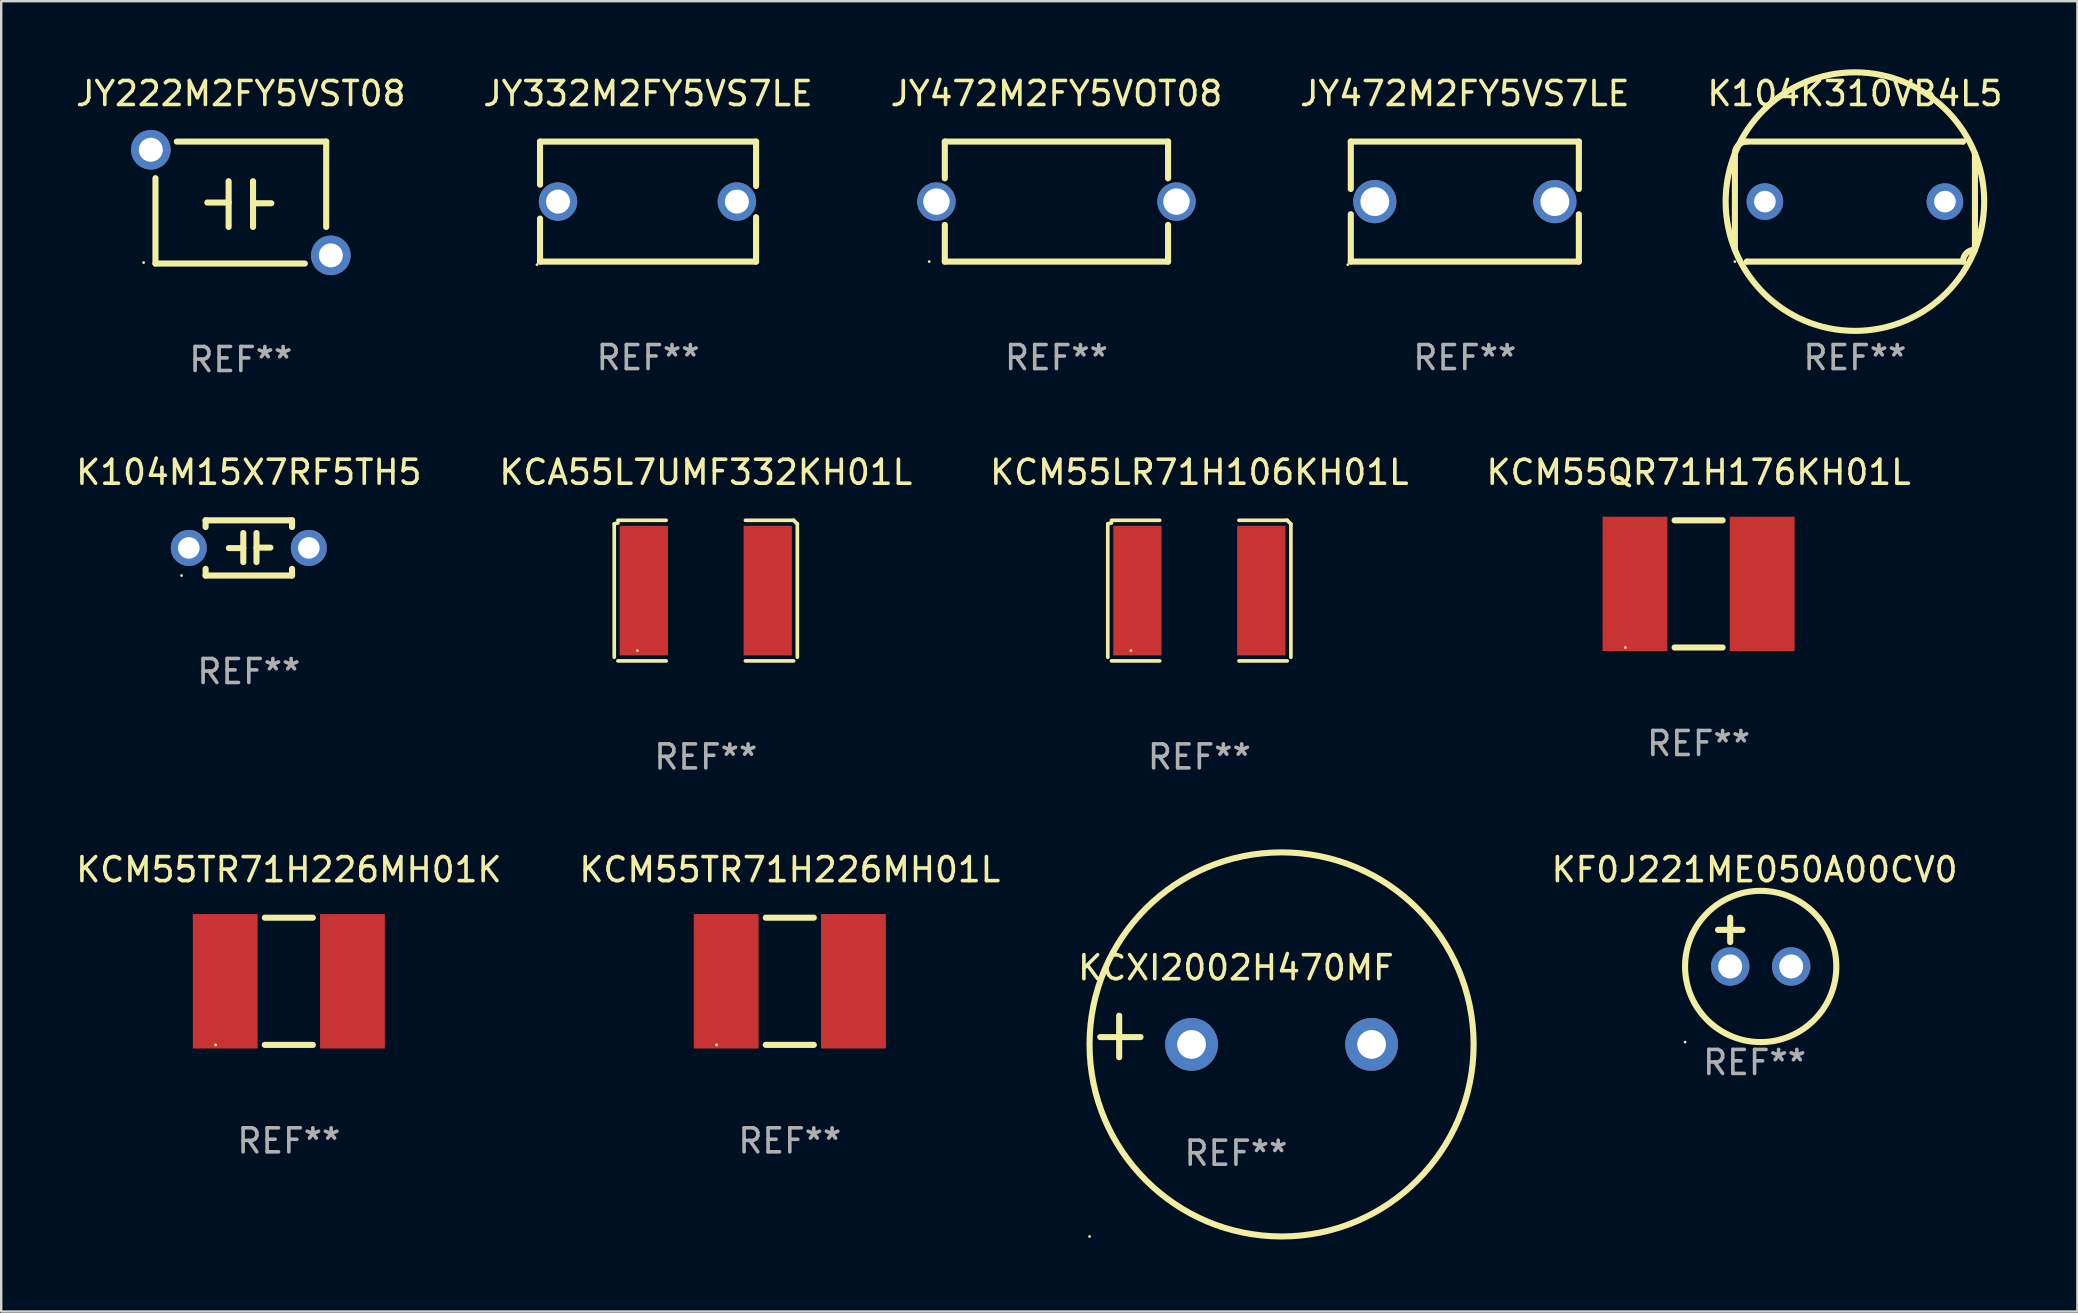
<source format=kicad_pcb>
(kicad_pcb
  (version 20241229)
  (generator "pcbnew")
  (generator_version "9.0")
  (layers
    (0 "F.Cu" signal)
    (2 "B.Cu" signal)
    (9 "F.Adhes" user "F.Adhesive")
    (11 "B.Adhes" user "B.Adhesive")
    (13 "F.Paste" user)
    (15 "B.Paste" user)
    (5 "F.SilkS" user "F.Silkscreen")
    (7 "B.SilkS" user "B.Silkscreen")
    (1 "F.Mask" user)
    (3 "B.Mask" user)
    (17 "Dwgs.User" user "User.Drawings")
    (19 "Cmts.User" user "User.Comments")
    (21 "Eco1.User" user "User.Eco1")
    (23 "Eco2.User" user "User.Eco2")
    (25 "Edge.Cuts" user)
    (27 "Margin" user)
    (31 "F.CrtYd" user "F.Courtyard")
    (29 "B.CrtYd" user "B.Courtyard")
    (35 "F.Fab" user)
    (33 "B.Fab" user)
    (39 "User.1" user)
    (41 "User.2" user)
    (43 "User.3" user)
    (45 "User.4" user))
  (footprint "KCXI2002H470MF"
    (layer "F.Cu")
    (at 48.435 40.127)
    (property "Reference" "KCXI2002H470MF" (at 0 -2.864 0) (layer "F.SilkS") (effects (font (size 1 1) (thickness 0.15))))
    (attr through_hole)
    (fp_line (start -4.864 0.864) (end -4.864 -0.864) (stroke (width 0.254) (type solid)) (layer "F.SilkS"))
    (fp_line (start -3.975 0.025) (end -5.652 0.025) (stroke (width 0.254) (type solid)) (layer "F.SilkS"))
    (fp_circle (center -6.098 8.33) (end -6.068 8.33) (stroke (width 0.06) (type solid)) (fill no) (layer "F.SilkS"))
    (fp_circle (center 1.902 0.33) (end 9.902 0.33) (stroke (width 0.254) (type solid)) (fill no) (layer "F.SilkS"))
    (fp_text user "REF**" (at 0 4.864 0) (layer "F.Fab") (effects (font (size 1 1) (thickness 0.15))))
    (pad "1" thru_hole circle (at -1.848 0.33) (size 2.2 2.2) (drill 1.2) (layers "*.Cu" "*.Mask"))
    (pad "2" thru_hole circle (at 5.652 0.33) (size 2.2 2.2) (drill 1.2) (layers "*.Cu" "*.Mask")))
  (footprint "KCM55TR71H226MH01K"
    (layer "F.Cu")
    (at 8.982 37.827)
    (property "Reference" "KCM55TR71H226MH01K" (at 0 -4.649 0) (layer "F.SilkS") (effects (font (size 1 1) (thickness 0.15))))
    (attr through_hole)
    (fp_line (start -1.001 -2.649) (end 1.001 -2.649) (stroke (width 0.254) (type solid)) (layer "F.SilkS"))
    (fp_line (start -1.001 2.649) (end 1.001 2.649) (stroke (width 0.254) (type solid)) (layer "F.SilkS"))
    (fp_circle (center -3.05 2.65) (end -3.02 2.65) (stroke (width 0.06) (type solid)) (fill no) (layer "F.SilkS"))
    (fp_text user "REF**" (at 0 6.649 0) (layer "F.Fab") (effects (font (size 1 1) (thickness 0.15))))
    (pad "1" smd rect (at -2.65 0.000013) (size 2.7 5.6) (layers "F.Cu" "F.Mask" "F.Paste"))
    (pad "2" smd rect (at 2.65 0.000013) (size 2.7 5.6) (layers "F.Cu" "F.Mask" "F.Paste")))
  (footprint "KCM55LR71H106KH01L"
    (layer "F.Cu")
    (at 46.911 21.553)
    (property "Reference" "KCM55LR71H106KH01L" (at 0 -4.929 0) (layer "F.SilkS") (effects (font (size 1 1) (thickness 0.15))))
    (attr through_hole)
    (fp_line (start -3.814 2.776) (end -3.814 -2.776) (stroke (width 0.152) (type solid)) (layer "F.SilkS"))
    (fp_line (start -3.661 -2.929) (end -1.651 -2.929) (stroke (width 0.152) (type solid)) (layer "F.SilkS"))
    (fp_line (start -1.651 2.929) (end -3.661 2.929) (stroke (width 0.152) (type solid)) (layer "F.SilkS"))
    (fp_line (start 1.651 2.929) (end 3.661 2.929) (stroke (width 0.152) (type solid)) (layer "F.SilkS"))
    (fp_line (start 3.661 -2.929) (end 1.651 -2.929) (stroke (width 0.152) (type solid)) (layer "F.SilkS"))
    (fp_line (start 3.814 2.776) (end 3.814 -2.776) (stroke (width 0.152) (type solid)) (layer "F.SilkS"))
    (fp_arc (start -3.813614 -2.7762) (mid -3.739925 -2.805625) (end -3.661214 -2.815646) (stroke (width 0.1524) (type solid)) (layer "F.SilkS"))
    (fp_arc (start 3.661214 -2.9286) (mid 3.737425 -2.852411) (end 3.813614 -2.7762) (stroke (width 0.1524) (type solid)) (layer "F.SilkS"))
    (fp_circle (center -2.85 2.5) (end -2.82 2.5) (stroke (width 0.06) (type solid)) (fill no) (layer "F.SilkS"))
    (fp_text user "REF**" (at 0 6.929 0) (layer "F.Fab") (effects (font (size 1 1) (thickness 0.15))))
    (pad "1" smd rect (at -2.58 0) (size 2.01 5.4) (layers "F.Cu" "F.Mask" "F.Paste"))
    (pad "2" smd rect (at 2.58 0) (size 2.01 5.4) (layers "F.Cu" "F.Mask" "F.Paste")))
  (footprint "K104M15X7RF5TH5"
    (layer "F.Cu")
    (at 7.315 19.775)
    (property "Reference" "K104M15X7RF5TH5" (at 0 -3.15 0) (layer "F.SilkS") (effects (font (size 1 1) (thickness 0.15))))
    (attr through_hole)
    (fp_line (start -1.8 -1.15) (end -1.8 -0.872) (stroke (width 0.254) (type solid)) (layer "F.SilkS"))
    (fp_line (start -1.8 -1.15) (end 1.8 -1.15) (stroke (width 0.254) (type solid)) (layer "F.SilkS"))
    (fp_line (start -1.8 0.872) (end -1.8 1.15) (stroke (width 0.254) (type solid)) (layer "F.SilkS"))
    (fp_line (start -1.8 1.15) (end 1.8 1.15) (stroke (width 0.254) (type solid)) (layer "F.SilkS"))
    (fp_line (start -0.23 -0.62) (end -0.23 0.59) (stroke (width 0.254) (type solid)) (layer "F.SilkS"))
    (fp_line (start -0.23 0.007) (end -0.83 0.007) (stroke (width 0.254) (type solid)) (layer "F.SilkS"))
    (fp_line (start 0.32 -0.62) (end 0.32 0.59) (stroke (width 0.254) (type solid)) (layer "F.SilkS"))
    (fp_line (start 0.32 -0.012) (end 0.9 -0.012) (stroke (width 0.254) (type solid)) (layer "F.SilkS"))
    (fp_line (start 1.8 -1.15) (end 1.8 -0.872) (stroke (width 0.254) (type solid)) (layer "F.SilkS"))
    (fp_line (start 1.8 0.872) (end 1.8 1.15) (stroke (width 0.254) (type solid)) (layer "F.SilkS"))
    (fp_circle (center -2.8 1.15) (end -2.77 1.15) (stroke (width 0.06) (type solid)) (fill no) (layer "F.SilkS"))
    (fp_text user "REF**" (at 0 5.15 0) (layer "F.Fab") (effects (font (size 1 1) (thickness 0.15))))
    (pad "1" thru_hole circle (at -2.5 0) (size 1.5 1.5) (drill 0.9) (layers "*.Cu" "*.Mask"))
    (pad "2" thru_hole circle (at 2.5 0) (size 1.5 1.5) (drill 0.9) (layers "*.Cu" "*.Mask")))
  (footprint "JY222M2FY5VST08"
    (layer "F.Cu")
    (at 6.982 5.388)
    (property "Reference" "JY222M2FY5VST08" (at 0 -4.54 0) (layer "F.SilkS") (effects (font (size 1 1) (thickness 0.15))))
    (attr through_hole)
    (fp_line (start -3.556 2.54) (end -3.556 -1.016) (stroke (width 0.254) (type solid)) (layer "F.SilkS"))
    (fp_line (start -1.397 0) (end -0.508 0) (stroke (width 0.254) (type solid)) (layer "F.SilkS"))
    (fp_line (start -0.508 -0.889) (end -0.508 1.016) (stroke (width 0.254) (type solid)) (layer "F.SilkS"))
    (fp_line (start 0.508 -0.889) (end 0.508 1.016) (stroke (width 0.254) (type solid)) (layer "F.SilkS"))
    (fp_line (start 0.508 0.029) (end 1.27 0.029) (stroke (width 0.254) (type solid)) (layer "F.SilkS"))
    (fp_line (start 2.667 2.54) (end -3.556 2.54) (stroke (width 0.254) (type solid)) (layer "F.SilkS"))
    (fp_line (start 3.556 -2.54) (end -2.667 -2.54) (stroke (width 0.254) (type solid)) (layer "F.SilkS"))
    (fp_line (start 3.556 -2.54) (end 3.556 1.016) (stroke (width 0.254) (type solid)) (layer "F.SilkS"))
    (fp_circle (center -4.05 2.5) (end -4.02 2.5) (stroke (width 0.06) (type solid)) (fill no) (layer "F.SilkS"))
    (fp_text user "REF**" (at 0 6.54 0) (layer "F.Fab") (effects (font (size 1 1) (thickness 0.15))))
    (pad "1" thru_hole circle (at -3.75 -2.2) (size 1.65 1.65) (drill 1) (layers "*.Cu" "*.Mask"))
    (pad "2" thru_hole circle (at 3.75 2.2) (size 1.65 1.65) (drill 1) (layers "*.Cu" "*.Mask")))
  (footprint "KF0J221ME050A00CV0"
    (layer "F.Cu")
    (at 70.041 36.194)
    (property "Reference" "KF0J221ME050A00CV0" (at 0 -3.016 0) (layer "F.SilkS") (effects (font (size 1 1) (thickness 0.15))))
    (attr through_hole)
    (fp_line (start -1.524 -0.508) (end -0.508 -0.508) (stroke (width 0.254) (type solid)) (layer "F.SilkS"))
    (fp_line (start -1.016 -1.016) (end -1.016 0) (stroke (width 0.254) (type solid)) (layer "F.SilkS"))
    (fp_circle (center -2.896 4.166) (end -2.866 4.166) (stroke (width 0.06) (type solid)) (fill no) (layer "F.SilkS"))
    (fp_circle (center 0.254 1.016) (end 3.404 1.016) (stroke (width 0.254) (type solid)) (fill no) (layer "F.SilkS"))
    (fp_text user "REF**" (at 0 5.016 0) (layer "F.Fab") (effects (font (size 1 1) (thickness 0.15))))
    (pad "1" thru_hole circle (at -1.016 1.016) (size 1.6 1.6) (drill 1) (layers "*.Cu" "*.Mask"))
    (pad "2" thru_hole circle (at 1.524 1.016) (size 1.6 1.6) (drill 1) (layers "*.Cu" "*.Mask")))
  (footprint "JY472M2FY5VS7LE"
    (layer "F.Cu")
    (at 57.97 5.348)
    (property "Reference" "JY472M2FY5VS7LE" (at 0 -4.5 0) (layer "F.SilkS") (effects (font (size 1 1) (thickness 0.15))))
    (attr through_hole)
    (fp_line (start -4.75 -2.5) (end -4.75 -0.526) (stroke (width 0.254) (type solid)) (layer "F.SilkS"))
    (fp_line (start -4.75 -2.5) (end 4.75 -2.5) (stroke (width 0.254) (type solid)) (layer "F.SilkS"))
    (fp_line (start -4.75 0.526) (end -4.75 2.5) (stroke (width 0.254) (type solid)) (layer "F.SilkS"))
    (fp_line (start 4.75 2.5) (end -4.75 2.5) (stroke (width 0.254) (type solid)) (layer "F.SilkS"))
    (fp_line (start 4.75 -2.5) (end 4.75 -0.526) (stroke (width 0.254) (type solid)) (layer "F.SilkS"))
    (fp_line (start 4.75 0.526) (end 4.75 2.5) (stroke (width 0.254) (type solid)) (layer "F.SilkS"))
    (fp_circle (center -4.877 2.627) (end -4.847 2.627) (stroke (width 0.06) (type solid)) (fill no) (layer "F.SilkS"))
    (fp_text user "REF**" (at 0 6.5 0) (layer "F.Fab") (effects (font (size 1 1) (thickness 0.15))))
    (pad "1" thru_hole circle (at -3.75 0) (size 1.8 1.8) (drill 1.2) (layers "*.Cu" "*.Mask"))
    (pad "2" thru_hole circle (at 3.75 0) (size 1.8 1.8) (drill 1.2) (layers "*.Cu" "*.Mask")))
  (footprint "JY472M2FY5VOT08"
    (layer "F.Cu")
    (at 40.958 5.348)
    (property "Reference" "JY472M2FY5VOT08" (at 0 -4.5 0) (layer "F.SilkS") (effects (font (size 1 1) (thickness 0.15))))
    (attr through_hole)
    (fp_line (start -4.65 -2.5) (end -4.65 -0.97) (stroke (width 0.254) (type solid)) (layer "F.SilkS"))
    (fp_line (start -4.65 0.97) (end -4.65 2.5) (stroke (width 0.254) (type solid)) (layer "F.SilkS"))
    (fp_line (start -4.65 2.5) (end 4.65 2.5) (stroke (width 0.254) (type solid)) (layer "F.SilkS"))
    (fp_line (start 4.65 -2.5) (end -4.65 -2.5) (stroke (width 0.254) (type solid)) (layer "F.SilkS"))
    (fp_line (start 4.65 -2.15) (end 4.65 -2.5) (stroke (width 0.254) (type solid)) (layer "F.SilkS"))
    (fp_line (start 4.65 -0.97) (end 4.65 -2.15) (stroke (width 0.254) (type solid)) (layer "F.SilkS"))
    (fp_line (start 4.65 2.5) (end 4.65 0.97) (stroke (width 0.254) (type solid)) (layer "F.SilkS"))
    (fp_circle (center -5.3 2.5) (end -5.27 2.5) (stroke (width 0.06) (type solid)) (fill no) (layer "F.SilkS"))
    (fp_text user "REF**" (at 0 6.5 0) (layer "F.Fab") (effects (font (size 1 1) (thickness 0.15))))
    (pad "1" thru_hole circle (at -5 -0.000051) (size 1.6 1.6) (drill 1.1) (layers "*.Cu" "*.Mask"))
    (pad "2" thru_hole circle (at 5 -0.000051) (size 1.6 1.6) (drill 1.1) (layers "*.Cu" "*.Mask")))
  (footprint "JY332M2FY5VS7LE"
    (layer "F.Cu")
    (at 23.946 5.348)
    (property "Reference" "JY332M2FY5VS7LE" (at 0 -4.499 0) (layer "F.SilkS") (effects (font (size 1 1) (thickness 0.15))))
    (attr through_hole)
    (fp_line (start -4.5 -2.499) (end 4.5 -2.499) (stroke (width 0.254) (type solid)) (layer "F.SilkS"))
    (fp_line (start -4.5 -0.706) (end -4.5 -2.499) (stroke (width 0.254) (type solid)) (layer "F.SilkS"))
    (fp_line (start -4.5 2.499) (end -4.5 0.706) (stroke (width 0.254) (type solid)) (layer "F.SilkS"))
    (fp_line (start 4.5 -2.499) (end 4.5 -0.649) (stroke (width 0.254) (type solid)) (layer "F.SilkS"))
    (fp_line (start 4.5 0.649) (end 4.5 2.499) (stroke (width 0.254) (type solid)) (layer "F.SilkS"))
    (fp_line (start 4.5 2.499) (end -4.5 2.499) (stroke (width 0.254) (type solid)) (layer "F.SilkS"))
    (fp_circle (center -4.627 2.626) (end -4.597 2.626) (stroke (width 0.06) (type solid)) (fill no) (layer "F.SilkS"))
    (fp_text user "REF**" (at 0 6.499 0) (layer "F.Fab") (effects (font (size 1 1) (thickness 0.15))))
    (pad "1" thru_hole circle (at -3.75 0) (size 1.6 1.6) (drill 1) (layers "*.Cu" "*.Mask"))
    (pad "2" thru_hole circle (at 3.7 0) (size 1.6 1.6) (drill 1) (layers "*.Cu" "*.Mask")))
  (footprint "KCM55QR71H176KH01L"
    (layer "F.Cu")
    (at 67.708 21.274)
    (property "Reference" "KCM55QR71H176KH01L" (at 0 -4.649 0) (layer "F.SilkS") (effects (font (size 1 1) (thickness 0.15))))
    (attr through_hole)
    (fp_line (start -1.001 -2.649) (end 1.001 -2.649) (stroke (width 0.254) (type solid)) (layer "F.SilkS"))
    (fp_line (start -1.001 2.649) (end 1.001 2.649) (stroke (width 0.254) (type solid)) (layer "F.SilkS"))
    (fp_circle (center -3.05 2.65) (end -3.02 2.65) (stroke (width 0.06) (type solid)) (fill no) (layer "F.SilkS"))
    (fp_text user "REF**" (at 0 6.649 0) (layer "F.Fab") (effects (font (size 1 1) (thickness 0.15))))
    (pad "1" smd rect (at -2.65 0.000013) (size 2.7 5.6) (layers "F.Cu" "F.Mask" "F.Paste"))
    (pad "2" smd rect (at 2.65 0.000013) (size 2.7 5.6) (layers "F.Cu" "F.Mask" "F.Paste")))
  (footprint "K104K310VB4L5"
    (layer "F.Cu")
    (at 74.22 5.348)
    (property "Reference" "K104K310VB4L5" (at 0 -4.5 0) (layer "F.SilkS") (effects (font (size 1 1) (thickness 0.15))))
    (attr through_hole)
    (fp_line (start -5 2) (end -5 -2) (stroke (width 0.254) (type solid)) (layer "F.SilkS"))
    (fp_line (start -4.5 -2.5) (end 4.5 -2.5) (stroke (width 0.254) (type solid)) (layer "F.SilkS"))
    (fp_line (start -4.5 2.5) (end -4.5 2.5) (stroke (width 0.254) (type solid)) (layer "F.SilkS"))
    (fp_line (start 4.5 -2.5) (end 4.5 -2.5) (stroke (width 0.254) (type solid)) (layer "F.SilkS"))
    (fp_line (start 4.5 2.5) (end -4.5 2.5) (stroke (width 0.254) (type solid)) (layer "F.SilkS"))
    (fp_line (start 5 -2) (end 5 2) (stroke (width 0.254) (type solid)) (layer "F.SilkS"))
    (fp_arc (start -5.000052 -2.000038) (mid -4.8536 -2.353579) (end -4.500051 -2.500013) (stroke (width 0.254001) (type solid)) (layer "F.SilkS"))
    (fp_arc (start -5 2.000013) (mid 4.999978 -1.999991) (end -5 2.000013) (stroke (width 0.254001) (type solid)) (layer "F.SilkS"))
    (fp_arc (start 4.500051 2.499987) (mid 4.646507 2.14645) (end 5.000052 2.000013) (stroke (width 0.254001) (type solid)) (layer "F.SilkS"))
    (fp_circle (center -5 2.5) (end -4.97 2.5) (stroke (width 0.06) (type solid)) (fill no) (layer "F.SilkS"))
    (fp_text user "REF**" (at 0 6.5 0) (layer "F.Fab") (effects (font (size 1 1) (thickness 0.15))))
    (pad "1" thru_hole circle (at -3.75 -0.000013) (size 1.524 1.524) (drill 0.9) (layers "*.Cu" "*.Mask"))
    (pad "2" thru_hole circle (at 3.75 -0.000013) (size 1.524 1.524) (drill 0.9) (layers "*.Cu" "*.Mask")))
  (footprint "KCA55L7UMF332KH01L"
    (layer "F.Cu")
    (at 26.351 21.553)
    (property "Reference" "KCA55L7UMF332KH01L" (at 0 -4.929 0) (layer "F.SilkS") (effects (font (size 1 1) (thickness 0.15))))
    (attr through_hole)
    (fp_line (start -3.814 2.776) (end -3.814 -2.776) (stroke (width 0.152) (type solid)) (layer "F.SilkS"))
    (fp_line (start -3.661 -2.929) (end -1.651 -2.929) (stroke (width 0.152) (type solid)) (layer "F.SilkS"))
    (fp_line (start -1.651 2.929) (end -3.661 2.929) (stroke (width 0.152) (type solid)) (layer "F.SilkS"))
    (fp_line (start 1.651 2.929) (end 3.661 2.929) (stroke (width 0.152) (type solid)) (layer "F.SilkS"))
    (fp_line (start 3.661 -2.929) (end 1.651 -2.929) (stroke (width 0.152) (type solid)) (layer "F.SilkS"))
    (fp_line (start 3.814 2.776) (end 3.814 -2.776) (stroke (width 0.152) (type solid)) (layer "F.SilkS"))
    (fp_arc (start -3.813614 -2.7762) (mid -3.739925 -2.805625) (end -3.661214 -2.815646) (stroke (width 0.1524) (type solid)) (layer "F.SilkS"))
    (fp_arc (start 3.661214 -2.9286) (mid 3.737425 -2.852411) (end 3.813614 -2.7762) (stroke (width 0.1524) (type solid)) (layer "F.SilkS"))
    (fp_circle (center -2.85 2.5) (end -2.82 2.5) (stroke (width 0.06) (type solid)) (fill no) (layer "F.SilkS"))
    (fp_text user "REF**" (at 0 6.929 0) (layer "F.Fab") (effects (font (size 1 1) (thickness 0.15))))
    (pad "1" smd rect (at -2.58 0) (size 2.01 5.4) (layers "F.Cu" "F.Mask" "F.Paste"))
    (pad "2" smd rect (at 2.58 0) (size 2.01 5.4) (layers "F.Cu" "F.Mask" "F.Paste")))
  (footprint "KCM55TR71H226MH01L"
    (layer "F.Cu")
    (at 29.851 37.827)
    (property "Reference" "KCM55TR71H226MH01L" (at 0 -4.649 0) (layer "F.SilkS") (effects (font (size 1 1) (thickness 0.15))))
    (attr through_hole)
    (fp_line (start -1.001 -2.649) (end 1.001 -2.649) (stroke (width 0.254) (type solid)) (layer "F.SilkS"))
    (fp_line (start -1.001 2.649) (end 1.001 2.649) (stroke (width 0.254) (type solid)) (layer "F.SilkS"))
    (fp_circle (center -3.05 2.65) (end -3.02 2.65) (stroke (width 0.06) (type solid)) (fill no) (layer "F.SilkS"))
    (fp_text user "REF**" (at 0 6.649 0) (layer "F.Fab") (effects (font (size 1 1) (thickness 0.15))))
    (pad "1" smd rect (at -2.65 0.000013) (size 2.7 5.6) (layers "F.Cu" "F.Mask" "F.Paste"))
    (pad "2" smd rect (at 2.65 0.000013) (size 2.7 5.6) (layers "F.Cu" "F.Mask" "F.Paste")))
  (gr_rect
    (start -3 -3)
    (end 83.488 51.584)
    (stroke (width 0.1) (type default))
    (fill no)
    (layer "Edge.Cuts")))
</source>
